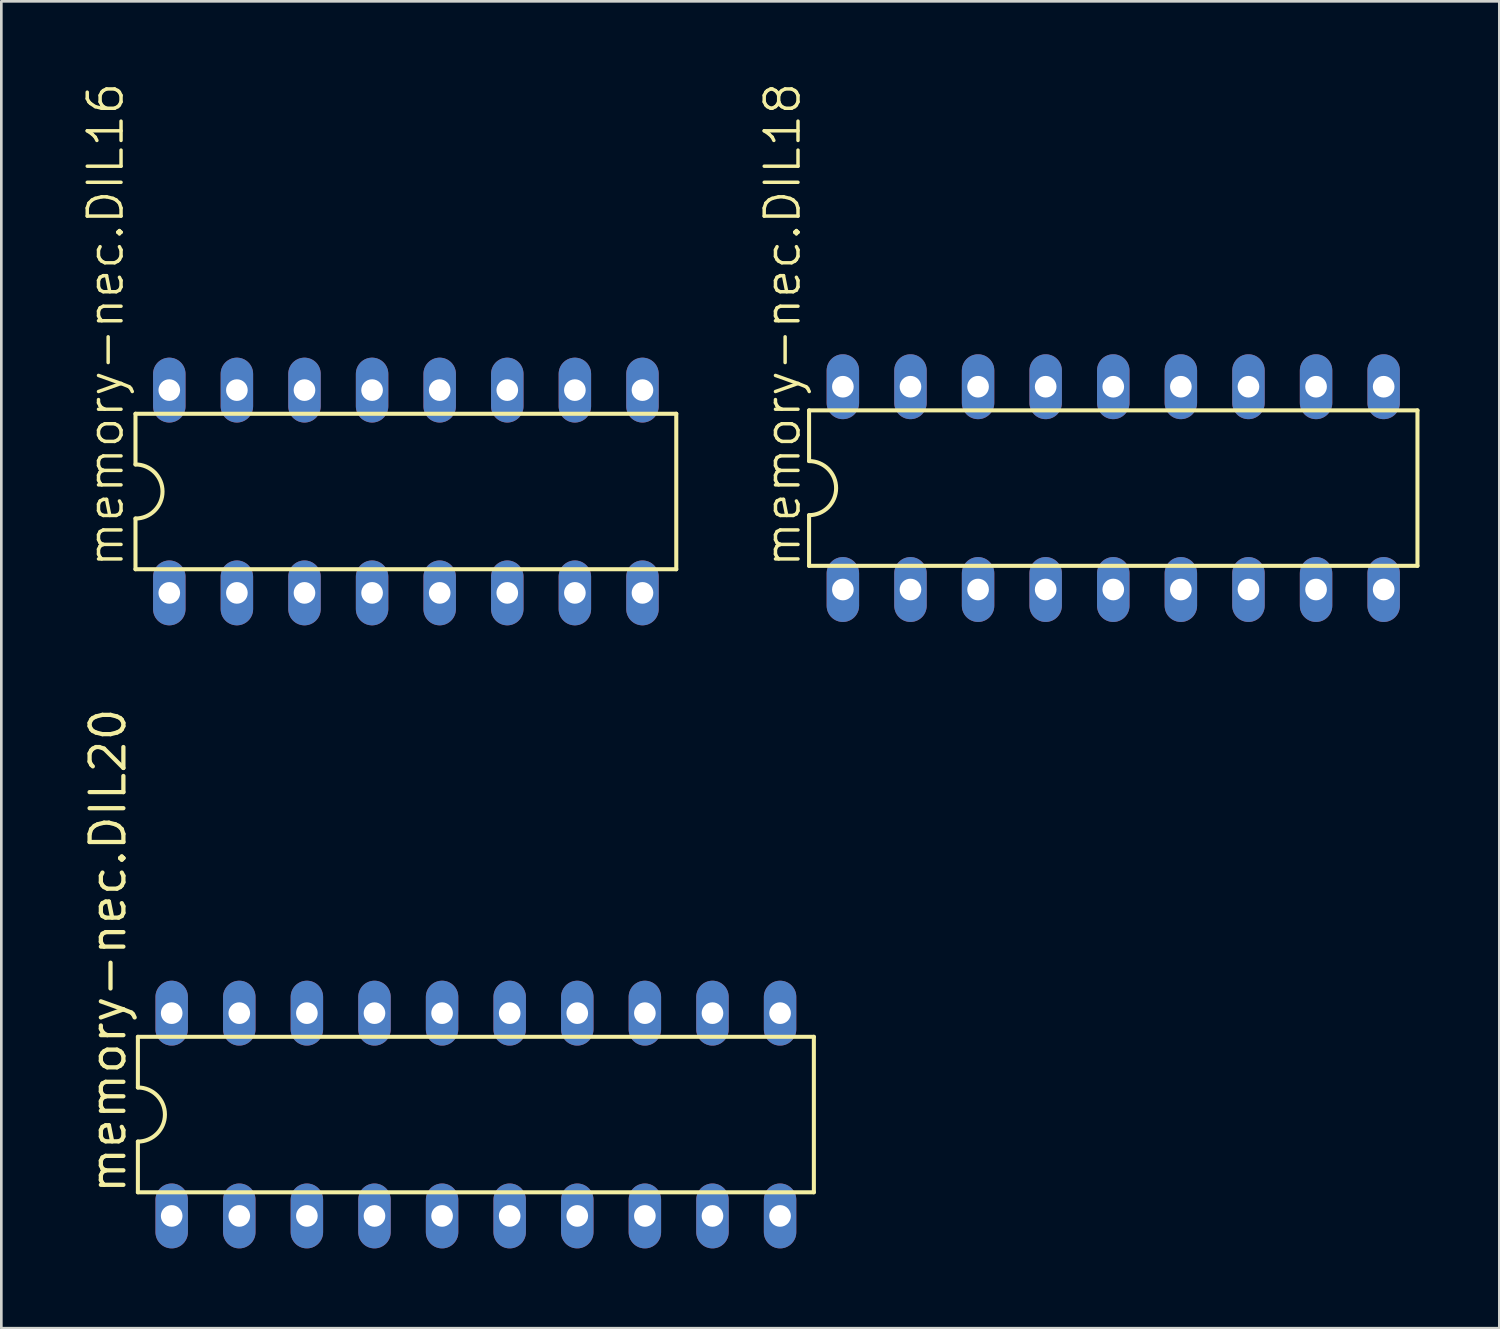
<source format=kicad_pcb>
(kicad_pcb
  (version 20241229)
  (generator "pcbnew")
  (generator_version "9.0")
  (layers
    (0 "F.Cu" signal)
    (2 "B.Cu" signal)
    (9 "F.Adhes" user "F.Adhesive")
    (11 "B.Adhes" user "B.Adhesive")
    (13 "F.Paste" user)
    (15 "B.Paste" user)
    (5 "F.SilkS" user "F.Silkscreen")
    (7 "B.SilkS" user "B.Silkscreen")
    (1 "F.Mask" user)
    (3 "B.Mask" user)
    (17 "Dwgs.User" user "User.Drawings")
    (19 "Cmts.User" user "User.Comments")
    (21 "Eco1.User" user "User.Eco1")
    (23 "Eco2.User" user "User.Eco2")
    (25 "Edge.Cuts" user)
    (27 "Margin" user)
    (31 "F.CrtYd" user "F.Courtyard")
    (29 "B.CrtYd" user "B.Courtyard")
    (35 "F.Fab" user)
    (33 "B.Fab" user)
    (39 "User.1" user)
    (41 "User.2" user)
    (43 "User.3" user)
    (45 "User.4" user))
  (footprint "memory-nec.DIL18"
    (layer "F.Cu")
    (at 38.781 15.291)
    (property "Reference" "memory-nec.DIL18" (at -11.684 3.048 90) (layer "F.SilkS") (effects (font (size 1.27 1.27) (thickness 0.13)) (justify left bottom)))
    (attr through_hole)
    (fp_line (start -11.43 -2.921) (end -11.43 -1.016) (stroke (width 0.152) (type default)) (layer "F.SilkS"))
    (fp_line (start -11.43 2.921) (end -11.43 1.016) (stroke (width 0.152) (type default)) (layer "F.SilkS"))
    (fp_line (start -11.43 2.921) (end 11.43 2.921) (stroke (width 0.152) (type default)) (layer "F.SilkS"))
    (fp_line (start 11.43 -2.921) (end -11.43 -2.921) (stroke (width 0.152) (type default)) (layer "F.SilkS"))
    (fp_line (start 11.43 -2.921) (end 11.43 2.921) (stroke (width 0.152) (type default)) (layer "F.SilkS"))
    (fp_arc (start -11.43 -1.016) (mid -10.414 0) (end -11.43 1.016) (stroke (width 0.1524) (type default)) (layer "F.SilkS"))
    (pad "1" thru_hole oval (at -10.16 3.81 90) (size 2.438 1.219) (drill 0.813) (layers "*.Cu" "*.Mask"))
    (pad "2" thru_hole oval (at -7.62 3.81 90) (size 2.438 1.219) (drill 0.813) (layers "*.Cu" "*.Mask"))
    (pad "3" thru_hole oval (at -5.08 3.81 90) (size 2.438 1.219) (drill 0.813) (layers "*.Cu" "*.Mask"))
    (pad "4" thru_hole oval (at -2.54 3.81 90) (size 2.438 1.219) (drill 0.813) (layers "*.Cu" "*.Mask"))
    (pad "5" thru_hole oval (at 0 3.81 90) (size 2.438 1.219) (drill 0.813) (layers "*.Cu" "*.Mask"))
    (pad "6" thru_hole oval (at 2.54 3.81 90) (size 2.438 1.219) (drill 0.813) (layers "*.Cu" "*.Mask"))
    (pad "7" thru_hole oval (at 5.08 3.81 90) (size 2.438 1.219) (drill 0.813) (layers "*.Cu" "*.Mask"))
    (pad "8" thru_hole oval (at 7.62 3.81 90) (size 2.438 1.219) (drill 0.813) (layers "*.Cu" "*.Mask"))
    (pad "9" thru_hole oval (at 10.16 3.81 90) (size 2.438 1.219) (drill 0.813) (layers "*.Cu" "*.Mask"))
    (pad "10" thru_hole oval (at 10.16 -3.81 90) (size 2.438 1.219) (drill 0.813) (layers "*.Cu" "*.Mask"))
    (pad "11" thru_hole oval (at 7.62 -3.81 90) (size 2.438 1.219) (drill 0.813) (layers "*.Cu" "*.Mask"))
    (pad "12" thru_hole oval (at 5.08 -3.81 90) (size 2.438 1.219) (drill 0.813) (layers "*.Cu" "*.Mask"))
    (pad "13" thru_hole oval (at 2.54 -3.81 90) (size 2.438 1.219) (drill 0.813) (layers "*.Cu" "*.Mask"))
    (pad "14" thru_hole oval (at 0 -3.81 90) (size 2.438 1.219) (drill 0.813) (layers "*.Cu" "*.Mask"))
    (pad "15" thru_hole oval (at -2.54 -3.81 90) (size 2.438 1.219) (drill 0.813) (layers "*.Cu" "*.Mask"))
    (pad "16" thru_hole oval (at -5.08 -3.81 90) (size 2.438 1.219) (drill 0.813) (layers "*.Cu" "*.Mask"))
    (pad "17" thru_hole oval (at -7.62 -3.81 90) (size 2.438 1.219) (drill 0.813) (layers "*.Cu" "*.Mask"))
    (pad "18" thru_hole oval (at -10.16 -3.81 90) (size 2.438 1.219) (drill 0.813) (layers "*.Cu" "*.Mask")))
  (footprint "memory-nec.DIL16"
    (layer "F.Cu")
    (at 12.201 15.418)
    (property "Reference" "memory-nec.DIL16" (at -10.541 2.921 90) (layer "F.SilkS") (effects (font (size 1.27 1.27) (thickness 0.13)) (justify left bottom)))
    (attr through_hole)
    (fp_line (start -10.16 -2.921) (end -10.16 -1.016) (stroke (width 0.152) (type default)) (layer "F.SilkS"))
    (fp_line (start -10.16 2.921) (end -10.16 1.016) (stroke (width 0.152) (type default)) (layer "F.SilkS"))
    (fp_line (start -10.16 2.921) (end 10.16 2.921) (stroke (width 0.152) (type default)) (layer "F.SilkS"))
    (fp_line (start 10.16 -2.921) (end -10.16 -2.921) (stroke (width 0.152) (type default)) (layer "F.SilkS"))
    (fp_line (start 10.16 -2.921) (end 10.16 2.921) (stroke (width 0.152) (type default)) (layer "F.SilkS"))
    (fp_arc (start -10.16 -1.016) (mid -9.144 0) (end -10.16 1.016) (stroke (width 0.1524) (type default)) (layer "F.SilkS"))
    (pad "1" thru_hole oval (at -8.89 3.81 90) (size 2.438 1.219) (drill 0.813) (layers "*.Cu" "*.Mask"))
    (pad "2" thru_hole oval (at -6.35 3.81 90) (size 2.438 1.219) (drill 0.813) (layers "*.Cu" "*.Mask"))
    (pad "3" thru_hole oval (at -3.81 3.81 90) (size 2.438 1.219) (drill 0.813) (layers "*.Cu" "*.Mask"))
    (pad "4" thru_hole oval (at -1.27 3.81 90) (size 2.438 1.219) (drill 0.813) (layers "*.Cu" "*.Mask"))
    (pad "5" thru_hole oval (at 1.27 3.81 90) (size 2.438 1.219) (drill 0.813) (layers "*.Cu" "*.Mask"))
    (pad "6" thru_hole oval (at 3.81 3.81 90) (size 2.438 1.219) (drill 0.813) (layers "*.Cu" "*.Mask"))
    (pad "7" thru_hole oval (at 6.35 3.81 90) (size 2.438 1.219) (drill 0.813) (layers "*.Cu" "*.Mask"))
    (pad "8" thru_hole oval (at 8.89 3.81 90) (size 2.438 1.219) (drill 0.813) (layers "*.Cu" "*.Mask"))
    (pad "9" thru_hole oval (at 8.89 -3.81 90) (size 2.438 1.219) (drill 0.813) (layers "*.Cu" "*.Mask"))
    (pad "10" thru_hole oval (at 6.35 -3.81 90) (size 2.438 1.219) (drill 0.813) (layers "*.Cu" "*.Mask"))
    (pad "11" thru_hole oval (at 3.81 -3.81 90) (size 2.438 1.219) (drill 0.813) (layers "*.Cu" "*.Mask"))
    (pad "12" thru_hole oval (at 1.27 -3.81 90) (size 2.438 1.219) (drill 0.813) (layers "*.Cu" "*.Mask"))
    (pad "13" thru_hole oval (at -1.27 -3.81 90) (size 2.438 1.219) (drill 0.813) (layers "*.Cu" "*.Mask"))
    (pad "14" thru_hole oval (at -3.81 -3.81 90) (size 2.438 1.219) (drill 0.813) (layers "*.Cu" "*.Mask"))
    (pad "15" thru_hole oval (at -6.35 -3.81 90) (size 2.438 1.219) (drill 0.813) (layers "*.Cu" "*.Mask"))
    (pad "16" thru_hole oval (at -8.89 -3.81 90) (size 2.438 1.219) (drill 0.813) (layers "*.Cu" "*.Mask")))
  (footprint "memory-nec.DIL20"
    (layer "F.Cu")
    (at 14.831 38.829)
    (property "Reference" "memory-nec.DIL20" (at -13.081 3.048 90) (layer "F.SilkS") (effects (font (size 1.27 1.27) (thickness 0.16)) (justify left bottom)))
    (attr through_hole)
    (fp_line (start -12.7 -2.921) (end -12.7 -1.016) (stroke (width 0.152) (type default)) (layer "F.SilkS"))
    (fp_line (start -12.7 2.921) (end -12.7 1.016) (stroke (width 0.152) (type default)) (layer "F.SilkS"))
    (fp_line (start -12.7 2.921) (end 12.7 2.921) (stroke (width 0.152) (type default)) (layer "F.SilkS"))
    (fp_line (start 12.7 -2.921) (end -12.7 -2.921) (stroke (width 0.152) (type default)) (layer "F.SilkS"))
    (fp_line (start 12.7 -2.921) (end 12.7 2.921) (stroke (width 0.152) (type default)) (layer "F.SilkS"))
    (fp_arc (start -12.7 -1.016) (mid -11.684 0) (end -12.7 1.016) (stroke (width 0.1524) (type default)) (layer "F.SilkS"))
    (pad "1" thru_hole oval (at -11.43 3.81 90) (size 2.438 1.219) (drill 0.813) (layers "*.Cu" "*.Mask"))
    (pad "2" thru_hole oval (at -8.89 3.81 90) (size 2.438 1.219) (drill 0.813) (layers "*.Cu" "*.Mask"))
    (pad "3" thru_hole oval (at -6.35 3.81 90) (size 2.438 1.219) (drill 0.813) (layers "*.Cu" "*.Mask"))
    (pad "4" thru_hole oval (at -3.81 3.81 90) (size 2.438 1.219) (drill 0.813) (layers "*.Cu" "*.Mask"))
    (pad "5" thru_hole oval (at -1.27 3.81 90) (size 2.438 1.219) (drill 0.813) (layers "*.Cu" "*.Mask"))
    (pad "6" thru_hole oval (at 1.27 3.81 90) (size 2.438 1.219) (drill 0.813) (layers "*.Cu" "*.Mask"))
    (pad "7" thru_hole oval (at 3.81 3.81 90) (size 2.438 1.219) (drill 0.813) (layers "*.Cu" "*.Mask"))
    (pad "8" thru_hole oval (at 6.35 3.81 90) (size 2.438 1.219) (drill 0.813) (layers "*.Cu" "*.Mask"))
    (pad "9" thru_hole oval (at 8.89 3.81 90) (size 2.438 1.219) (drill 0.813) (layers "*.Cu" "*.Mask"))
    (pad "10" thru_hole oval (at 11.43 3.81 90) (size 2.438 1.219) (drill 0.813) (layers "*.Cu" "*.Mask"))
    (pad "11" thru_hole oval (at 11.43 -3.81 90) (size 2.438 1.219) (drill 0.813) (layers "*.Cu" "*.Mask"))
    (pad "12" thru_hole oval (at 8.89 -3.81 90) (size 2.438 1.219) (drill 0.813) (layers "*.Cu" "*.Mask"))
    (pad "13" thru_hole oval (at 6.35 -3.81 90) (size 2.438 1.219) (drill 0.813) (layers "*.Cu" "*.Mask"))
    (pad "14" thru_hole oval (at 3.81 -3.81 90) (size 2.438 1.219) (drill 0.813) (layers "*.Cu" "*.Mask"))
    (pad "15" thru_hole oval (at 1.27 -3.81 90) (size 2.438 1.219) (drill 0.813) (layers "*.Cu" "*.Mask"))
    (pad "16" thru_hole oval (at -1.27 -3.81 90) (size 2.438 1.219) (drill 0.813) (layers "*.Cu" "*.Mask"))
    (pad "17" thru_hole oval (at -3.81 -3.81 90) (size 2.438 1.219) (drill 0.813) (layers "*.Cu" "*.Mask"))
    (pad "18" thru_hole oval (at -6.35 -3.81 90) (size 2.438 1.219) (drill 0.813) (layers "*.Cu" "*.Mask"))
    (pad "19" thru_hole oval (at -8.89 -3.81 90) (size 2.438 1.219) (drill 0.813) (layers "*.Cu" "*.Mask"))
    (pad "20" thru_hole oval (at -11.43 -3.81 90) (size 2.438 1.219) (drill 0.813) (layers "*.Cu" "*.Mask")))
  (gr_rect
    (start -3 -3)
    (end 53.287 46.858)
    (stroke (width 0.1) (type default))
    (fill no)
    (layer "Edge.Cuts")))
</source>
